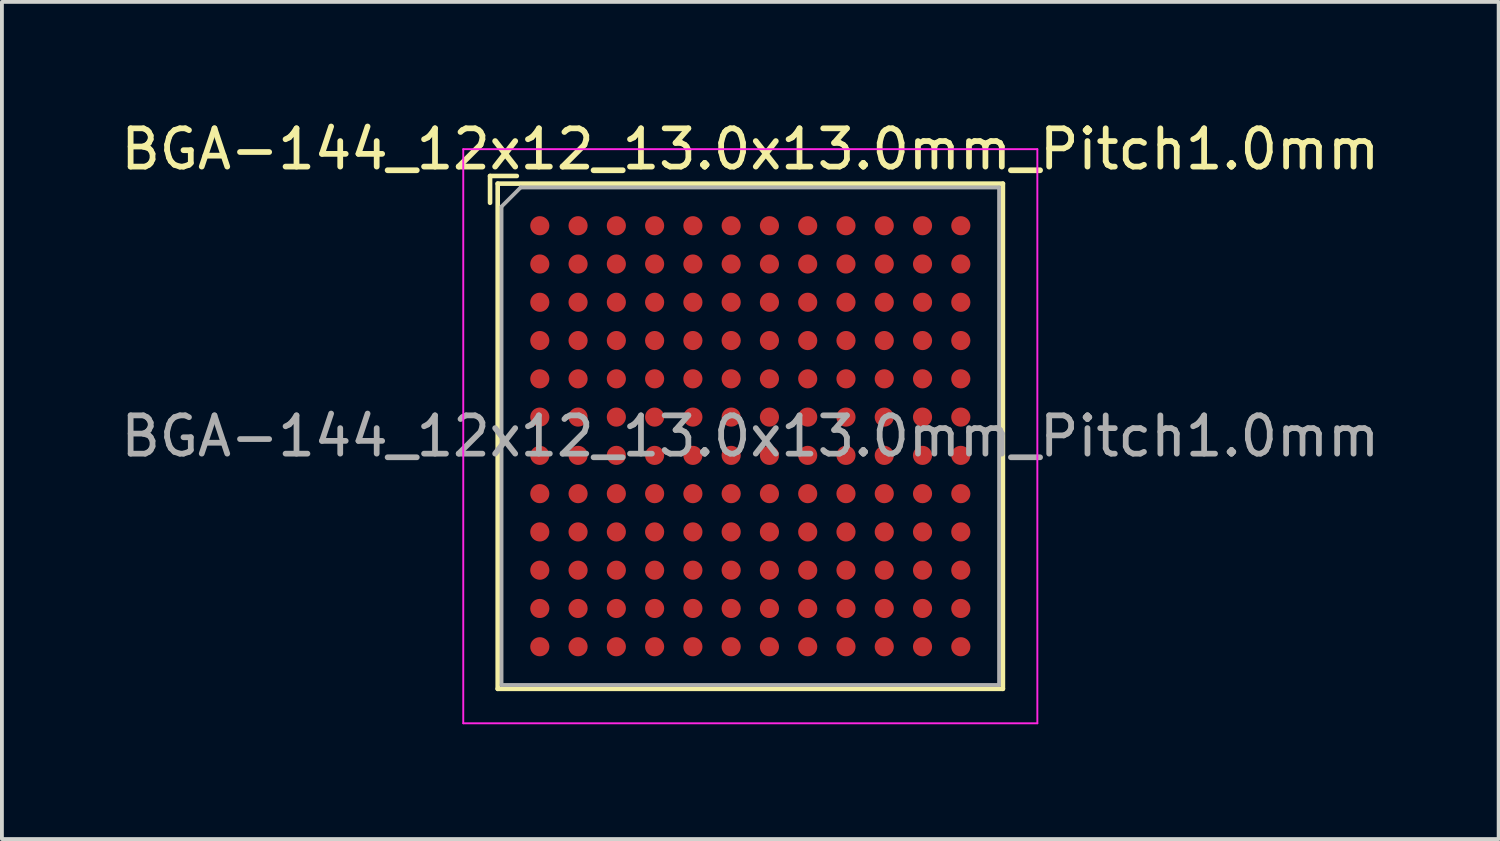
<source format=kicad_pcb>
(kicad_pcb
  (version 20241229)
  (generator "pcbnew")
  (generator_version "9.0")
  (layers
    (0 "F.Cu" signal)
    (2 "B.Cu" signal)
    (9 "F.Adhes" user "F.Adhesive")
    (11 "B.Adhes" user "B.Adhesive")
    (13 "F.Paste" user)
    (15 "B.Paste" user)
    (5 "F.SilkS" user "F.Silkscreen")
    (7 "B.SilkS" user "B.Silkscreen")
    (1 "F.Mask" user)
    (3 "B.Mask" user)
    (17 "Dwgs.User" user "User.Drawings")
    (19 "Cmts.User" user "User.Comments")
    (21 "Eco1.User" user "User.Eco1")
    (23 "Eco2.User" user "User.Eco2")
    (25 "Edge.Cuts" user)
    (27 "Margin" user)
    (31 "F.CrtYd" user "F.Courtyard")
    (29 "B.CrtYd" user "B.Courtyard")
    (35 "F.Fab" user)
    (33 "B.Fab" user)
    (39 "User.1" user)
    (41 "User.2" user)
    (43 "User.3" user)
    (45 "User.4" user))
  (footprint "BGA-144_12x12_13.0x13.0mm_Pitch1.0mm"
    (layer "F.Cu")
    (at 16.554 8.348)
    (property "Reference" "BGA-144_12x12_13.0x13.0mm_Pitch1.0mm" (at 0 -7.5 0) (layer "F.SilkS") (effects (font (size 1 1) (thickness 0.15))))
    (attr smd)
    (fp_line (start -6.8 -6.8) (end -6.1 -6.8) (stroke (width 0.12) (type solid)) (layer "F.SilkS"))
    (fp_line (start -6.8 -6.1) (end -6.8 -6.8) (stroke (width 0.12) (type solid)) (layer "F.SilkS"))
    (fp_line (start -6.6 -6.6) (end 6.6 -6.6) (stroke (width 0.12) (type solid)) (layer "F.SilkS"))
    (fp_line (start -6.6 6.6) (end -6.6 -6.6) (stroke (width 0.12) (type solid)) (layer "F.SilkS"))
    (fp_line (start 6.6 -6.6) (end 6.6 6.6) (stroke (width 0.12) (type solid)) (layer "F.SilkS"))
    (fp_line (start 6.6 6.6) (end -6.6 6.6) (stroke (width 0.12) (type solid)) (layer "F.SilkS"))
    (fp_line (start -7.5 -7.5) (end -7.5 7.5) (stroke (width 0.05) (type solid)) (layer "F.CrtYd"))
    (fp_line (start -7.5 -7.5) (end 7.5 -7.5) (stroke (width 0.05) (type solid)) (layer "F.CrtYd"))
    (fp_line (start 7.5 7.5) (end -7.5 7.5) (stroke (width 0.05) (type solid)) (layer "F.CrtYd"))
    (fp_line (start 7.5 7.5) (end 7.5 -7.5) (stroke (width 0.05) (type solid)) (layer "F.CrtYd"))
    (fp_line (start -6.5 -6) (end -6 -6.5) (stroke (width 0.1) (type solid)) (layer "F.Fab"))
    (fp_line (start -6.5 6.5) (end -6.5 -6) (stroke (width 0.1) (type solid)) (layer "F.Fab"))
    (fp_line (start -6 -6.5) (end 6.5 -6.5) (stroke (width 0.1) (type solid)) (layer "F.Fab"))
    (fp_line (start 6.5 -6.5) (end 6.5 6.5) (stroke (width 0.1) (type solid)) (layer "F.Fab"))
    (fp_line (start 6.5 6.5) (end -6.5 6.5) (stroke (width 0.1) (type solid)) (layer "F.Fab"))
    (fp_text user "${REFERENCE}" (at 0 0 0) (layer "F.Fab") (effects (font (size 1 1) (thickness 0.15))))
    (pad "A1" smd circle (at -5.5 -5.5) (size 0.5 0.5) (layers "F.Cu" "F.Mask" "F.Paste"))
    (pad "A2" smd circle (at -4.5 -5.5) (size 0.5 0.5) (layers "F.Cu" "F.Mask" "F.Paste"))
    (pad "A3" smd circle (at -3.5 -5.5) (size 0.5 0.5) (layers "F.Cu" "F.Mask" "F.Paste"))
    (pad "A4" smd circle (at -2.5 -5.5) (size 0.5 0.5) (layers "F.Cu" "F.Mask" "F.Paste"))
    (pad "A5" smd circle (at -1.5 -5.5) (size 0.5 0.5) (layers "F.Cu" "F.Mask" "F.Paste"))
    (pad "A6" smd circle (at -0.5 -5.5) (size 0.5 0.5) (layers "F.Cu" "F.Mask" "F.Paste"))
    (pad "A7" smd circle (at 0.5 -5.5) (size 0.5 0.5) (layers "F.Cu" "F.Mask" "F.Paste"))
    (pad "A8" smd circle (at 1.5 -5.5) (size 0.5 0.5) (layers "F.Cu" "F.Mask" "F.Paste"))
    (pad "A9" smd circle (at 2.5 -5.5) (size 0.5 0.5) (layers "F.Cu" "F.Mask" "F.Paste"))
    (pad "A10" smd circle (at 3.5 -5.5) (size 0.5 0.5) (layers "F.Cu" "F.Mask" "F.Paste"))
    (pad "A11" smd circle (at 4.5 -5.5) (size 0.5 0.5) (layers "F.Cu" "F.Mask" "F.Paste"))
    (pad "A12" smd circle (at 5.5 -5.5) (size 0.5 0.5) (layers "F.Cu" "F.Mask" "F.Paste"))
    (pad "B1" smd circle (at -5.5 -4.5) (size 0.5 0.5) (layers "F.Cu" "F.Mask" "F.Paste"))
    (pad "B2" smd circle (at -4.5 -4.5) (size 0.5 0.5) (layers "F.Cu" "F.Mask" "F.Paste"))
    (pad "B3" smd circle (at -3.5 -4.5) (size 0.5 0.5) (layers "F.Cu" "F.Mask" "F.Paste"))
    (pad "B4" smd circle (at -2.5 -4.5) (size 0.5 0.5) (layers "F.Cu" "F.Mask" "F.Paste"))
    (pad "B5" smd circle (at -1.5 -4.5) (size 0.5 0.5) (layers "F.Cu" "F.Mask" "F.Paste"))
    (pad "B6" smd circle (at -0.5 -4.5) (size 0.5 0.5) (layers "F.Cu" "F.Mask" "F.Paste"))
    (pad "B7" smd circle (at 0.5 -4.5) (size 0.5 0.5) (layers "F.Cu" "F.Mask" "F.Paste"))
    (pad "B8" smd circle (at 1.5 -4.5) (size 0.5 0.5) (layers "F.Cu" "F.Mask" "F.Paste"))
    (pad "B9" smd circle (at 2.5 -4.5) (size 0.5 0.5) (layers "F.Cu" "F.Mask" "F.Paste"))
    (pad "B10" smd circle (at 3.5 -4.5) (size 0.5 0.5) (layers "F.Cu" "F.Mask" "F.Paste"))
    (pad "B11" smd circle (at 4.5 -4.5) (size 0.5 0.5) (layers "F.Cu" "F.Mask" "F.Paste"))
    (pad "B12" smd circle (at 5.5 -4.5) (size 0.5 0.5) (layers "F.Cu" "F.Mask" "F.Paste"))
    (pad "C1" smd circle (at -5.5 -3.5) (size 0.5 0.5) (layers "F.Cu" "F.Mask" "F.Paste"))
    (pad "C2" smd circle (at -4.5 -3.5) (size 0.5 0.5) (layers "F.Cu" "F.Mask" "F.Paste"))
    (pad "C3" smd circle (at -3.5 -3.5) (size 0.5 0.5) (layers "F.Cu" "F.Mask" "F.Paste"))
    (pad "C4" smd circle (at -2.5 -3.5) (size 0.5 0.5) (layers "F.Cu" "F.Mask" "F.Paste"))
    (pad "C5" smd circle (at -1.5 -3.5) (size 0.5 0.5) (layers "F.Cu" "F.Mask" "F.Paste"))
    (pad "C6" smd circle (at -0.5 -3.5) (size 0.5 0.5) (layers "F.Cu" "F.Mask" "F.Paste"))
    (pad "C7" smd circle (at 0.5 -3.5) (size 0.5 0.5) (layers "F.Cu" "F.Mask" "F.Paste"))
    (pad "C8" smd circle (at 1.5 -3.5) (size 0.5 0.5) (layers "F.Cu" "F.Mask" "F.Paste"))
    (pad "C9" smd circle (at 2.5 -3.5) (size 0.5 0.5) (layers "F.Cu" "F.Mask" "F.Paste"))
    (pad "C10" smd circle (at 3.5 -3.5) (size 0.5 0.5) (layers "F.Cu" "F.Mask" "F.Paste"))
    (pad "C11" smd circle (at 4.5 -3.5) (size 0.5 0.5) (layers "F.Cu" "F.Mask" "F.Paste"))
    (pad "C12" smd circle (at 5.5 -3.5) (size 0.5 0.5) (layers "F.Cu" "F.Mask" "F.Paste"))
    (pad "D1" smd circle (at -5.5 -2.5) (size 0.5 0.5) (layers "F.Cu" "F.Mask" "F.Paste"))
    (pad "D2" smd circle (at -4.5 -2.5) (size 0.5 0.5) (layers "F.Cu" "F.Mask" "F.Paste"))
    (pad "D3" smd circle (at -3.5 -2.5) (size 0.5 0.5) (layers "F.Cu" "F.Mask" "F.Paste"))
    (pad "D4" smd circle (at -2.5 -2.5) (size 0.5 0.5) (layers "F.Cu" "F.Mask" "F.Paste"))
    (pad "D5" smd circle (at -1.5 -2.5) (size 0.5 0.5) (layers "F.Cu" "F.Mask" "F.Paste"))
    (pad "D6" smd circle (at -0.5 -2.5) (size 0.5 0.5) (layers "F.Cu" "F.Mask" "F.Paste"))
    (pad "D7" smd circle (at 0.5 -2.5) (size 0.5 0.5) (layers "F.Cu" "F.Mask" "F.Paste"))
    (pad "D8" smd circle (at 1.5 -2.5) (size 0.5 0.5) (layers "F.Cu" "F.Mask" "F.Paste"))
    (pad "D9" smd circle (at 2.5 -2.5) (size 0.5 0.5) (layers "F.Cu" "F.Mask" "F.Paste"))
    (pad "D10" smd circle (at 3.5 -2.5) (size 0.5 0.5) (layers "F.Cu" "F.Mask" "F.Paste"))
    (pad "D11" smd circle (at 4.5 -2.5) (size 0.5 0.5) (layers "F.Cu" "F.Mask" "F.Paste"))
    (pad "D12" smd circle (at 5.5 -2.5) (size 0.5 0.5) (layers "F.Cu" "F.Mask" "F.Paste"))
    (pad "E1" smd circle (at -5.5 -1.5) (size 0.5 0.5) (layers "F.Cu" "F.Mask" "F.Paste"))
    (pad "E2" smd circle (at -4.5 -1.5) (size 0.5 0.5) (layers "F.Cu" "F.Mask" "F.Paste"))
    (pad "E3" smd circle (at -3.5 -1.5) (size 0.5 0.5) (layers "F.Cu" "F.Mask" "F.Paste"))
    (pad "E4" smd circle (at -2.5 -1.5) (size 0.5 0.5) (layers "F.Cu" "F.Mask" "F.Paste"))
    (pad "E5" smd circle (at -1.5 -1.5) (size 0.5 0.5) (layers "F.Cu" "F.Mask" "F.Paste"))
    (pad "E6" smd circle (at -0.5 -1.5) (size 0.5 0.5) (layers "F.Cu" "F.Mask" "F.Paste"))
    (pad "E7" smd circle (at 0.5 -1.5) (size 0.5 0.5) (layers "F.Cu" "F.Mask" "F.Paste"))
    (pad "E8" smd circle (at 1.5 -1.5) (size 0.5 0.5) (layers "F.Cu" "F.Mask" "F.Paste"))
    (pad "E9" smd circle (at 2.5 -1.5) (size 0.5 0.5) (layers "F.Cu" "F.Mask" "F.Paste"))
    (pad "E10" smd circle (at 3.5 -1.5) (size 0.5 0.5) (layers "F.Cu" "F.Mask" "F.Paste"))
    (pad "E11" smd circle (at 4.5 -1.5) (size 0.5 0.5) (layers "F.Cu" "F.Mask" "F.Paste"))
    (pad "E12" smd circle (at 5.5 -1.5) (size 0.5 0.5) (layers "F.Cu" "F.Mask" "F.Paste"))
    (pad "F1" smd circle (at -5.5 -0.5) (size 0.5 0.5) (layers "F.Cu" "F.Mask" "F.Paste"))
    (pad "F2" smd circle (at -4.5 -0.5) (size 0.5 0.5) (layers "F.Cu" "F.Mask" "F.Paste"))
    (pad "F3" smd circle (at -3.5 -0.5) (size 0.5 0.5) (layers "F.Cu" "F.Mask" "F.Paste"))
    (pad "F4" smd circle (at -2.5 -0.5) (size 0.5 0.5) (layers "F.Cu" "F.Mask" "F.Paste"))
    (pad "F5" smd circle (at -1.5 -0.5) (size 0.5 0.5) (layers "F.Cu" "F.Mask" "F.Paste"))
    (pad "F6" smd circle (at -0.5 -0.5) (size 0.5 0.5) (layers "F.Cu" "F.Mask" "F.Paste"))
    (pad "F7" smd circle (at 0.5 -0.5) (size 0.5 0.5) (layers "F.Cu" "F.Mask" "F.Paste"))
    (pad "F8" smd circle (at 1.5 -0.5) (size 0.5 0.5) (layers "F.Cu" "F.Mask" "F.Paste"))
    (pad "F9" smd circle (at 2.5 -0.5) (size 0.5 0.5) (layers "F.Cu" "F.Mask" "F.Paste"))
    (pad "F10" smd circle (at 3.5 -0.5) (size 0.5 0.5) (layers "F.Cu" "F.Mask" "F.Paste"))
    (pad "F11" smd circle (at 4.5 -0.5) (size 0.5 0.5) (layers "F.Cu" "F.Mask" "F.Paste"))
    (pad "F12" smd circle (at 5.5 -0.5) (size 0.5 0.5) (layers "F.Cu" "F.Mask" "F.Paste"))
    (pad "G1" smd circle (at -5.5 0.5) (size 0.5 0.5) (layers "F.Cu" "F.Mask" "F.Paste"))
    (pad "G2" smd circle (at -4.5 0.5) (size 0.5 0.5) (layers "F.Cu" "F.Mask" "F.Paste"))
    (pad "G3" smd circle (at -3.5 0.5) (size 0.5 0.5) (layers "F.Cu" "F.Mask" "F.Paste"))
    (pad "G4" smd circle (at -2.5 0.5) (size 0.5 0.5) (layers "F.Cu" "F.Mask" "F.Paste"))
    (pad "G5" smd circle (at -1.5 0.5) (size 0.5 0.5) (layers "F.Cu" "F.Mask" "F.Paste"))
    (pad "G6" smd circle (at -0.5 0.5) (size 0.5 0.5) (layers "F.Cu" "F.Mask" "F.Paste"))
    (pad "G7" smd circle (at 0.5 0.5) (size 0.5 0.5) (layers "F.Cu" "F.Mask" "F.Paste"))
    (pad "G8" smd circle (at 1.5 0.5) (size 0.5 0.5) (layers "F.Cu" "F.Mask" "F.Paste"))
    (pad "G9" smd circle (at 2.5 0.5) (size 0.5 0.5) (layers "F.Cu" "F.Mask" "F.Paste"))
    (pad "G10" smd circle (at 3.5 0.5) (size 0.5 0.5) (layers "F.Cu" "F.Mask" "F.Paste"))
    (pad "G11" smd circle (at 4.5 0.5) (size 0.5 0.5) (layers "F.Cu" "F.Mask" "F.Paste"))
    (pad "G12" smd circle (at 5.5 0.5) (size 0.5 0.5) (layers "F.Cu" "F.Mask" "F.Paste"))
    (pad "H1" smd circle (at -5.5 1.5) (size 0.5 0.5) (layers "F.Cu" "F.Mask" "F.Paste"))
    (pad "H2" smd circle (at -4.5 1.5) (size 0.5 0.5) (layers "F.Cu" "F.Mask" "F.Paste"))
    (pad "H3" smd circle (at -3.5 1.5) (size 0.5 0.5) (layers "F.Cu" "F.Mask" "F.Paste"))
    (pad "H4" smd circle (at -2.5 1.5) (size 0.5 0.5) (layers "F.Cu" "F.Mask" "F.Paste"))
    (pad "H5" smd circle (at -1.5 1.5) (size 0.5 0.5) (layers "F.Cu" "F.Mask" "F.Paste"))
    (pad "H6" smd circle (at -0.5 1.5) (size 0.5 0.5) (layers "F.Cu" "F.Mask" "F.Paste"))
    (pad "H7" smd circle (at 0.5 1.5) (size 0.5 0.5) (layers "F.Cu" "F.Mask" "F.Paste"))
    (pad "H8" smd circle (at 1.5 1.5) (size 0.5 0.5) (layers "F.Cu" "F.Mask" "F.Paste"))
    (pad "H9" smd circle (at 2.5 1.5) (size 0.5 0.5) (layers "F.Cu" "F.Mask" "F.Paste"))
    (pad "H10" smd circle (at 3.5 1.5) (size 0.5 0.5) (layers "F.Cu" "F.Mask" "F.Paste"))
    (pad "H11" smd circle (at 4.5 1.5) (size 0.5 0.5) (layers "F.Cu" "F.Mask" "F.Paste"))
    (pad "H12" smd circle (at 5.5 1.5) (size 0.5 0.5) (layers "F.Cu" "F.Mask" "F.Paste"))
    (pad "J1" smd circle (at -5.5 2.5) (size 0.5 0.5) (layers "F.Cu" "F.Mask" "F.Paste"))
    (pad "J2" smd circle (at -4.5 2.5) (size 0.5 0.5) (layers "F.Cu" "F.Mask" "F.Paste"))
    (pad "J3" smd circle (at -3.5 2.5) (size 0.5 0.5) (layers "F.Cu" "F.Mask" "F.Paste"))
    (pad "J4" smd circle (at -2.5 2.5) (size 0.5 0.5) (layers "F.Cu" "F.Mask" "F.Paste"))
    (pad "J5" smd circle (at -1.5 2.5) (size 0.5 0.5) (layers "F.Cu" "F.Mask" "F.Paste"))
    (pad "J6" smd circle (at -0.5 2.5) (size 0.5 0.5) (layers "F.Cu" "F.Mask" "F.Paste"))
    (pad "J7" smd circle (at 0.5 2.5) (size 0.5 0.5) (layers "F.Cu" "F.Mask" "F.Paste"))
    (pad "J8" smd circle (at 1.5 2.5) (size 0.5 0.5) (layers "F.Cu" "F.Mask" "F.Paste"))
    (pad "J9" smd circle (at 2.5 2.5) (size 0.5 0.5) (layers "F.Cu" "F.Mask" "F.Paste"))
    (pad "J10" smd circle (at 3.5 2.5) (size 0.5 0.5) (layers "F.Cu" "F.Mask" "F.Paste"))
    (pad "J11" smd circle (at 4.5 2.5) (size 0.5 0.5) (layers "F.Cu" "F.Mask" "F.Paste"))
    (pad "J12" smd circle (at 5.5 2.5) (size 0.5 0.5) (layers "F.Cu" "F.Mask" "F.Paste"))
    (pad "K1" smd circle (at -5.5 3.5) (size 0.5 0.5) (layers "F.Cu" "F.Mask" "F.Paste"))
    (pad "K2" smd circle (at -4.5 3.5) (size 0.5 0.5) (layers "F.Cu" "F.Mask" "F.Paste"))
    (pad "K3" smd circle (at -3.5 3.5) (size 0.5 0.5) (layers "F.Cu" "F.Mask" "F.Paste"))
    (pad "K4" smd circle (at -2.5 3.5) (size 0.5 0.5) (layers "F.Cu" "F.Mask" "F.Paste"))
    (pad "K5" smd circle (at -1.5 3.5) (size 0.5 0.5) (layers "F.Cu" "F.Mask" "F.Paste"))
    (pad "K6" smd circle (at -0.5 3.5) (size 0.5 0.5) (layers "F.Cu" "F.Mask" "F.Paste"))
    (pad "K7" smd circle (at 0.5 3.5) (size 0.5 0.5) (layers "F.Cu" "F.Mask" "F.Paste"))
    (pad "K8" smd circle (at 1.5 3.5) (size 0.5 0.5) (layers "F.Cu" "F.Mask" "F.Paste"))
    (pad "K9" smd circle (at 2.5 3.5) (size 0.5 0.5) (layers "F.Cu" "F.Mask" "F.Paste"))
    (pad "K10" smd circle (at 3.5 3.5) (size 0.5 0.5) (layers "F.Cu" "F.Mask" "F.Paste"))
    (pad "K11" smd circle (at 4.5 3.5) (size 0.5 0.5) (layers "F.Cu" "F.Mask" "F.Paste"))
    (pad "K12" smd circle (at 5.5 3.5) (size 0.5 0.5) (layers "F.Cu" "F.Mask" "F.Paste"))
    (pad "L1" smd circle (at -5.5 4.5) (size 0.5 0.5) (layers "F.Cu" "F.Mask" "F.Paste"))
    (pad "L2" smd circle (at -4.5 4.5) (size 0.5 0.5) (layers "F.Cu" "F.Mask" "F.Paste"))
    (pad "L3" smd circle (at -3.5 4.5) (size 0.5 0.5) (layers "F.Cu" "F.Mask" "F.Paste"))
    (pad "L4" smd circle (at -2.5 4.5) (size 0.5 0.5) (layers "F.Cu" "F.Mask" "F.Paste"))
    (pad "L5" smd circle (at -1.5 4.5) (size 0.5 0.5) (layers "F.Cu" "F.Mask" "F.Paste"))
    (pad "L6" smd circle (at -0.5 4.5) (size 0.5 0.5) (layers "F.Cu" "F.Mask" "F.Paste"))
    (pad "L7" smd circle (at 0.5 4.5) (size 0.5 0.5) (layers "F.Cu" "F.Mask" "F.Paste"))
    (pad "L8" smd circle (at 1.5 4.5) (size 0.5 0.5) (layers "F.Cu" "F.Mask" "F.Paste"))
    (pad "L9" smd circle (at 2.5 4.5) (size 0.5 0.5) (layers "F.Cu" "F.Mask" "F.Paste"))
    (pad "L10" smd circle (at 3.5 4.5) (size 0.5 0.5) (layers "F.Cu" "F.Mask" "F.Paste"))
    (pad "L11" smd circle (at 4.5 4.5) (size 0.5 0.5) (layers "F.Cu" "F.Mask" "F.Paste"))
    (pad "L12" smd circle (at 5.5 4.5) (size 0.5 0.5) (layers "F.Cu" "F.Mask" "F.Paste"))
    (pad "M1" smd circle (at -5.5 5.5) (size 0.5 0.5) (layers "F.Cu" "F.Mask" "F.Paste"))
    (pad "M2" smd circle (at -4.5 5.5) (size 0.5 0.5) (layers "F.Cu" "F.Mask" "F.Paste"))
    (pad "M3" smd circle (at -3.5 5.5) (size 0.5 0.5) (layers "F.Cu" "F.Mask" "F.Paste"))
    (pad "M4" smd circle (at -2.5 5.5) (size 0.5 0.5) (layers "F.Cu" "F.Mask" "F.Paste"))
    (pad "M5" smd circle (at -1.5 5.5) (size 0.5 0.5) (layers "F.Cu" "F.Mask" "F.Paste"))
    (pad "M6" smd circle (at -0.5 5.5) (size 0.5 0.5) (layers "F.Cu" "F.Mask" "F.Paste"))
    (pad "M7" smd circle (at 0.5 5.5) (size 0.5 0.5) (layers "F.Cu" "F.Mask" "F.Paste"))
    (pad "M8" smd circle (at 1.5 5.5) (size 0.5 0.5) (layers "F.Cu" "F.Mask" "F.Paste"))
    (pad "M9" smd circle (at 2.5 5.5) (size 0.5 0.5) (layers "F.Cu" "F.Mask" "F.Paste"))
    (pad "M10" smd circle (at 3.5 5.5) (size 0.5 0.5) (layers "F.Cu" "F.Mask" "F.Paste"))
    (pad "M11" smd circle (at 4.5 5.5) (size 0.5 0.5) (layers "F.Cu" "F.Mask" "F.Paste"))
    (pad "M12" smd circle (at 5.5 5.5) (size 0.5 0.5) (layers "F.Cu" "F.Mask" "F.Paste")))
  (gr_rect
    (start -3 -3)
    (end 36.107 18.873)
    (stroke (width 0.1) (type default))
    (fill no)
    (layer "Edge.Cuts")))
</source>
